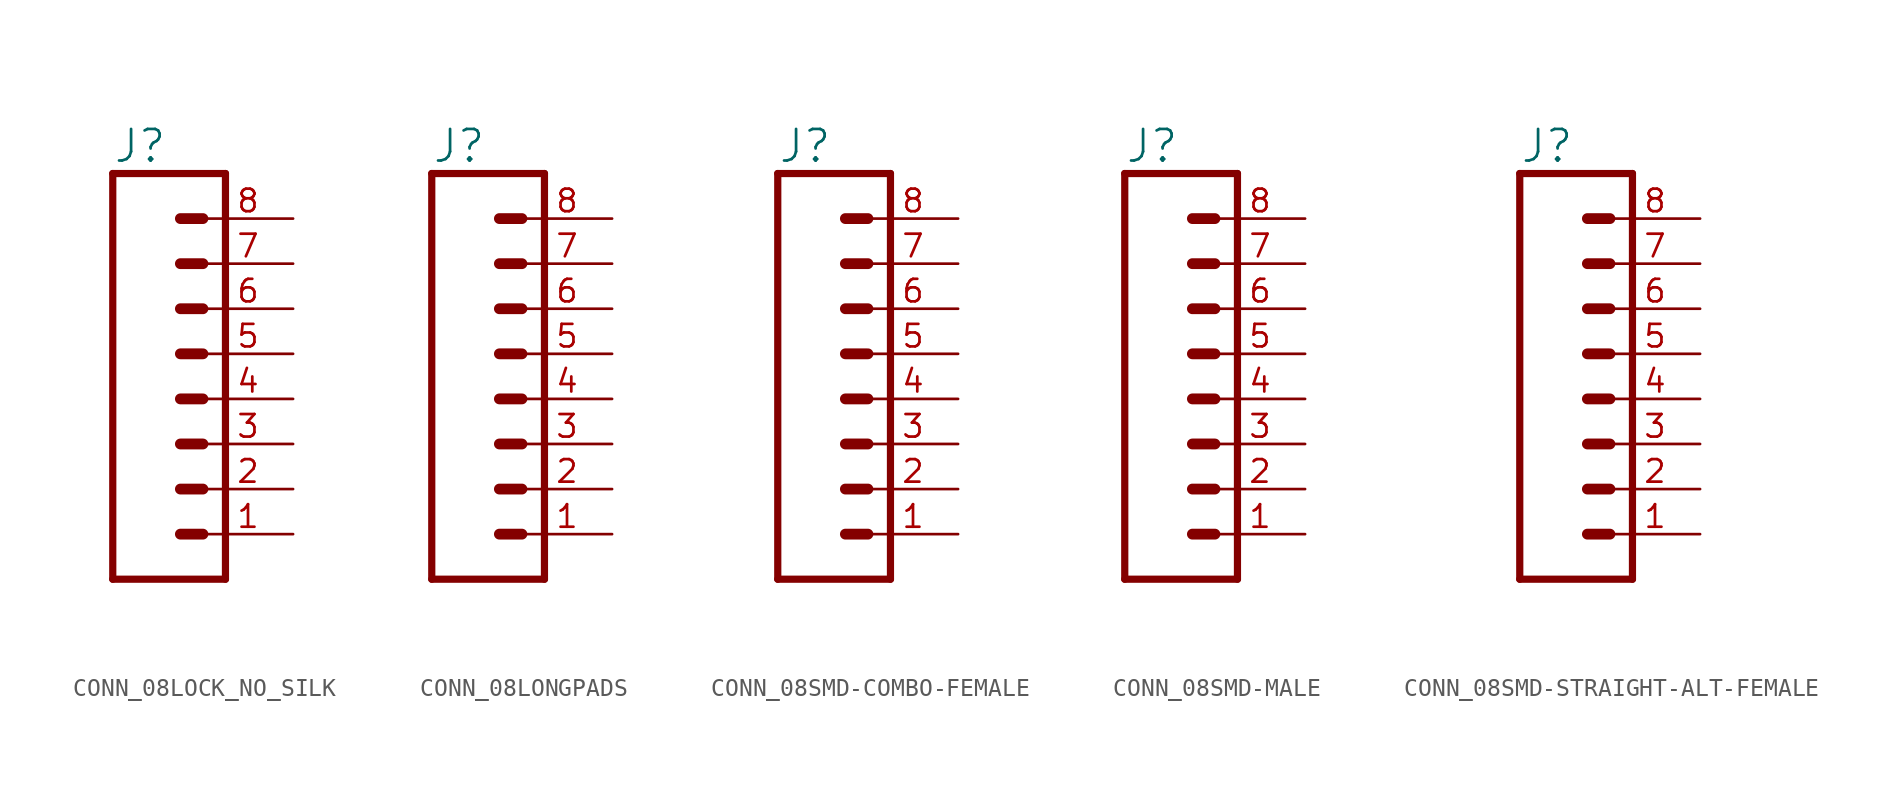
<source format=kicad_sym>
(kicad_symbol_lib
  (version 20220914)
  (generator kicad_symbol_editor)
  (symbol "CONN_08LOCK_NO_SILK"
    (property "Reference" "J"
      (at -5.08 13.208 0)
      (effects (font (size 1.778 1.778)) (justify left bottom)))
    (property "Value" ""
      (at -5.08 -12.446 0)
      (effects (font (size 1.778 1.778)) (justify left bottom)))
    (property "ki_locked" ""
      (at 0 0 0)
      (effects (font (size 1.27 1.27))))
    (symbol "CONN_08LOCK_NO_SILK_1_0"
      (polyline (pts (xy -5.08 12.7) (xy -5.08 -10.16)) (stroke (width 0.406) (type solid)) (fill (type none)))
      (polyline (pts (xy -5.08 12.7) (xy 1.27 12.7)) (stroke (width 0.406) (type solid)) (fill (type none)))
      (polyline (pts (xy -1.27 -7.62) (xy 0 -7.62)) (stroke (width 0.61) (type solid)) (fill (type none)))
      (polyline (pts (xy -1.27 -5.08) (xy 0 -5.08)) (stroke (width 0.61) (type solid)) (fill (type none)))
      (polyline (pts (xy -1.27 -2.54) (xy 0 -2.54)) (stroke (width 0.61) (type solid)) (fill (type none)))
      (polyline (pts (xy -1.27 0) (xy 0 0)) (stroke (width 0.61) (type solid)) (fill (type none)))
      (polyline (pts (xy -1.27 2.54) (xy 0 2.54)) (stroke (width 0.61) (type solid)) (fill (type none)))
      (polyline (pts (xy -1.27 5.08) (xy 0 5.08)) (stroke (width 0.61) (type solid)) (fill (type none)))
      (polyline (pts (xy -1.27 7.62) (xy 0 7.62)) (stroke (width 0.61) (type solid)) (fill (type none)))
      (polyline (pts (xy -1.27 10.16) (xy 0 10.16)) (stroke (width 0.61) (type solid)) (fill (type none)))
      (polyline (pts (xy 1.27 -10.16) (xy -5.08 -10.16)) (stroke (width 0.406) (type solid)) (fill (type none)))
      (polyline (pts (xy 1.27 -10.16) (xy 1.27 12.7)) (stroke (width 0.406) (type solid)) (fill (type none)))
      (pin passive line (at 5.08 -7.62 180) (length 5.08) (name "1" (effects (font (size 0 0)))) (number "1" (effects (font (size 1.27 1.27)))))
      (pin passive line (at 5.08 -5.08 180) (length 5.08) (name "2" (effects (font (size 0 0)))) (number "2" (effects (font (size 1.27 1.27)))))
      (pin passive line (at 5.08 -2.54 180) (length 5.08) (name "3" (effects (font (size 0 0)))) (number "3" (effects (font (size 1.27 1.27)))))
      (pin passive line (at 5.08 0 180) (length 5.08) (name "4" (effects (font (size 0 0)))) (number "4" (effects (font (size 1.27 1.27)))))
      (pin passive line (at 5.08 2.54 180) (length 5.08) (name "5" (effects (font (size 0 0)))) (number "5" (effects (font (size 1.27 1.27)))))
      (pin passive line (at 5.08 5.08 180) (length 5.08) (name "6" (effects (font (size 0 0)))) (number "6" (effects (font (size 1.27 1.27)))))
      (pin passive line (at 5.08 7.62 180) (length 5.08) (name "7" (effects (font (size 0 0)))) (number "7" (effects (font (size 1.27 1.27)))))
      (pin passive line (at 5.08 10.16 180) (length 5.08) (name "8" (effects (font (size 0 0)))) (number "8" (effects (font (size 1.27 1.27)))))))
  (symbol "CONN_08LONGPADS"
    (property "Reference" "J"
      (at -5.08 13.208 0)
      (effects (font (size 1.778 1.778)) (justify left bottom)))
    (property "Value" ""
      (at -5.08 -12.446 0)
      (effects (font (size 1.778 1.778)) (justify left bottom)))
    (property "ki_locked" ""
      (at 0 0 0)
      (effects (font (size 1.27 1.27))))
    (symbol "CONN_08LONGPADS_1_0"
      (polyline (pts (xy -5.08 12.7) (xy -5.08 -10.16)) (stroke (width 0.406) (type solid)) (fill (type none)))
      (polyline (pts (xy -5.08 12.7) (xy 1.27 12.7)) (stroke (width 0.406) (type solid)) (fill (type none)))
      (polyline (pts (xy -1.27 -7.62) (xy 0 -7.62)) (stroke (width 0.61) (type solid)) (fill (type none)))
      (polyline (pts (xy -1.27 -5.08) (xy 0 -5.08)) (stroke (width 0.61) (type solid)) (fill (type none)))
      (polyline (pts (xy -1.27 -2.54) (xy 0 -2.54)) (stroke (width 0.61) (type solid)) (fill (type none)))
      (polyline (pts (xy -1.27 0) (xy 0 0)) (stroke (width 0.61) (type solid)) (fill (type none)))
      (polyline (pts (xy -1.27 2.54) (xy 0 2.54)) (stroke (width 0.61) (type solid)) (fill (type none)))
      (polyline (pts (xy -1.27 5.08) (xy 0 5.08)) (stroke (width 0.61) (type solid)) (fill (type none)))
      (polyline (pts (xy -1.27 7.62) (xy 0 7.62)) (stroke (width 0.61) (type solid)) (fill (type none)))
      (polyline (pts (xy -1.27 10.16) (xy 0 10.16)) (stroke (width 0.61) (type solid)) (fill (type none)))
      (polyline (pts (xy 1.27 -10.16) (xy -5.08 -10.16)) (stroke (width 0.406) (type solid)) (fill (type none)))
      (polyline (pts (xy 1.27 -10.16) (xy 1.27 12.7)) (stroke (width 0.406) (type solid)) (fill (type none)))
      (pin passive line (at 5.08 -7.62 180) (length 5.08) (name "1" (effects (font (size 0 0)))) (number "1" (effects (font (size 1.27 1.27)))))
      (pin passive line (at 5.08 -5.08 180) (length 5.08) (name "2" (effects (font (size 0 0)))) (number "2" (effects (font (size 1.27 1.27)))))
      (pin passive line (at 5.08 -2.54 180) (length 5.08) (name "3" (effects (font (size 0 0)))) (number "3" (effects (font (size 1.27 1.27)))))
      (pin passive line (at 5.08 0 180) (length 5.08) (name "4" (effects (font (size 0 0)))) (number "4" (effects (font (size 1.27 1.27)))))
      (pin passive line (at 5.08 2.54 180) (length 5.08) (name "5" (effects (font (size 0 0)))) (number "5" (effects (font (size 1.27 1.27)))))
      (pin passive line (at 5.08 5.08 180) (length 5.08) (name "6" (effects (font (size 0 0)))) (number "6" (effects (font (size 1.27 1.27)))))
      (pin passive line (at 5.08 7.62 180) (length 5.08) (name "7" (effects (font (size 0 0)))) (number "7" (effects (font (size 1.27 1.27)))))
      (pin passive line (at 5.08 10.16 180) (length 5.08) (name "8" (effects (font (size 0 0)))) (number "8" (effects (font (size 1.27 1.27)))))))
  (symbol "CONN_08SMD-COMBO-FEMALE"
    (property "Reference" "J"
      (at -5.08 13.208 0)
      (effects (font (size 1.778 1.778)) (justify left bottom)))
    (property "Value" ""
      (at -5.08 -12.446 0)
      (effects (font (size 1.778 1.778)) (justify left bottom)))
    (property "ki_locked" ""
      (at 0 0 0)
      (effects (font (size 1.27 1.27))))
    (symbol "CONN_08SMD-COMBO-FEMALE_1_0"
      (polyline (pts (xy -5.08 12.7) (xy -5.08 -10.16)) (stroke (width 0.406) (type solid)) (fill (type none)))
      (polyline (pts (xy -5.08 12.7) (xy 1.27 12.7)) (stroke (width 0.406) (type solid)) (fill (type none)))
      (polyline (pts (xy -1.27 -7.62) (xy 0 -7.62)) (stroke (width 0.61) (type solid)) (fill (type none)))
      (polyline (pts (xy -1.27 -5.08) (xy 0 -5.08)) (stroke (width 0.61) (type solid)) (fill (type none)))
      (polyline (pts (xy -1.27 -2.54) (xy 0 -2.54)) (stroke (width 0.61) (type solid)) (fill (type none)))
      (polyline (pts (xy -1.27 0) (xy 0 0)) (stroke (width 0.61) (type solid)) (fill (type none)))
      (polyline (pts (xy -1.27 2.54) (xy 0 2.54)) (stroke (width 0.61) (type solid)) (fill (type none)))
      (polyline (pts (xy -1.27 5.08) (xy 0 5.08)) (stroke (width 0.61) (type solid)) (fill (type none)))
      (polyline (pts (xy -1.27 7.62) (xy 0 7.62)) (stroke (width 0.61) (type solid)) (fill (type none)))
      (polyline (pts (xy -1.27 10.16) (xy 0 10.16)) (stroke (width 0.61) (type solid)) (fill (type none)))
      (polyline (pts (xy 1.27 -10.16) (xy -5.08 -10.16)) (stroke (width 0.406) (type solid)) (fill (type none)))
      (polyline (pts (xy 1.27 -10.16) (xy 1.27 12.7)) (stroke (width 0.406) (type solid)) (fill (type none)))
      (pin passive line (at 5.08 -7.62 180) (length 5.08) (name "1" (effects (font (size 0 0)))) (number "1" (effects (font (size 1.27 1.27)))))
      (pin passive line (at 5.08 -5.08 180) (length 5.08) (name "2" (effects (font (size 0 0)))) (number "2" (effects (font (size 1.27 1.27)))))
      (pin passive line (at 5.08 -2.54 180) (length 5.08) (name "3" (effects (font (size 0 0)))) (number "3" (effects (font (size 1.27 1.27)))))
      (pin passive line (at 5.08 0 180) (length 5.08) (name "4" (effects (font (size 0 0)))) (number "4" (effects (font (size 1.27 1.27)))))
      (pin passive line (at 5.08 2.54 180) (length 5.08) (name "5" (effects (font (size 0 0)))) (number "5" (effects (font (size 1.27 1.27)))))
      (pin passive line (at 5.08 5.08 180) (length 5.08) (name "6" (effects (font (size 0 0)))) (number "6" (effects (font (size 1.27 1.27)))))
      (pin passive line (at 5.08 7.62 180) (length 5.08) (name "7" (effects (font (size 0 0)))) (number "7" (effects (font (size 1.27 1.27)))))
      (pin passive line (at 5.08 10.16 180) (length 5.08) (name "8" (effects (font (size 0 0)))) (number "8" (effects (font (size 1.27 1.27)))))))
  (symbol "CONN_08SMD-MALE"
    (property "Reference" "J"
      (at -5.08 13.208 0)
      (effects (font (size 1.778 1.778)) (justify left bottom)))
    (property "Value" ""
      (at -5.08 -12.446 0)
      (effects (font (size 1.778 1.778)) (justify left bottom)))
    (property "ki_locked" ""
      (at 0 0 0)
      (effects (font (size 1.27 1.27))))
    (symbol "CONN_08SMD-MALE_1_0"
      (polyline (pts (xy -5.08 12.7) (xy -5.08 -10.16)) (stroke (width 0.406) (type solid)) (fill (type none)))
      (polyline (pts (xy -5.08 12.7) (xy 1.27 12.7)) (stroke (width 0.406) (type solid)) (fill (type none)))
      (polyline (pts (xy -1.27 -7.62) (xy 0 -7.62)) (stroke (width 0.61) (type solid)) (fill (type none)))
      (polyline (pts (xy -1.27 -5.08) (xy 0 -5.08)) (stroke (width 0.61) (type solid)) (fill (type none)))
      (polyline (pts (xy -1.27 -2.54) (xy 0 -2.54)) (stroke (width 0.61) (type solid)) (fill (type none)))
      (polyline (pts (xy -1.27 0) (xy 0 0)) (stroke (width 0.61) (type solid)) (fill (type none)))
      (polyline (pts (xy -1.27 2.54) (xy 0 2.54)) (stroke (width 0.61) (type solid)) (fill (type none)))
      (polyline (pts (xy -1.27 5.08) (xy 0 5.08)) (stroke (width 0.61) (type solid)) (fill (type none)))
      (polyline (pts (xy -1.27 7.62) (xy 0 7.62)) (stroke (width 0.61) (type solid)) (fill (type none)))
      (polyline (pts (xy -1.27 10.16) (xy 0 10.16)) (stroke (width 0.61) (type solid)) (fill (type none)))
      (polyline (pts (xy 1.27 -10.16) (xy -5.08 -10.16)) (stroke (width 0.406) (type solid)) (fill (type none)))
      (polyline (pts (xy 1.27 -10.16) (xy 1.27 12.7)) (stroke (width 0.406) (type solid)) (fill (type none)))
      (pin passive line (at 5.08 -7.62 180) (length 5.08) (name "1" (effects (font (size 0 0)))) (number "1" (effects (font (size 1.27 1.27)))))
      (pin passive line (at 5.08 -5.08 180) (length 5.08) (name "2" (effects (font (size 0 0)))) (number "2" (effects (font (size 1.27 1.27)))))
      (pin passive line (at 5.08 -2.54 180) (length 5.08) (name "3" (effects (font (size 0 0)))) (number "3" (effects (font (size 1.27 1.27)))))
      (pin passive line (at 5.08 0 180) (length 5.08) (name "4" (effects (font (size 0 0)))) (number "4" (effects (font (size 1.27 1.27)))))
      (pin passive line (at 5.08 2.54 180) (length 5.08) (name "5" (effects (font (size 0 0)))) (number "5" (effects (font (size 1.27 1.27)))))
      (pin passive line (at 5.08 5.08 180) (length 5.08) (name "6" (effects (font (size 0 0)))) (number "6" (effects (font (size 1.27 1.27)))))
      (pin passive line (at 5.08 7.62 180) (length 5.08) (name "7" (effects (font (size 0 0)))) (number "7" (effects (font (size 1.27 1.27)))))
      (pin passive line (at 5.08 10.16 180) (length 5.08) (name "8" (effects (font (size 0 0)))) (number "8" (effects (font (size 1.27 1.27)))))))
  (symbol "CONN_08SMD-STRAIGHT-ALT-FEMALE"
    (property "Reference" "J"
      (at -5.08 13.208 0)
      (effects (font (size 1.778 1.778)) (justify left bottom)))
    (property "Value" ""
      (at -5.08 -12.446 0)
      (effects (font (size 1.778 1.778)) (justify left bottom)))
    (property "ki_locked" ""
      (at 0 0 0)
      (effects (font (size 1.27 1.27))))
    (symbol "CONN_08SMD-STRAIGHT-ALT-FEMALE_1_0"
      (polyline (pts (xy -5.08 12.7) (xy -5.08 -10.16)) (stroke (width 0.406) (type solid)) (fill (type none)))
      (polyline (pts (xy -5.08 12.7) (xy 1.27 12.7)) (stroke (width 0.406) (type solid)) (fill (type none)))
      (polyline (pts (xy -1.27 -7.62) (xy 0 -7.62)) (stroke (width 0.61) (type solid)) (fill (type none)))
      (polyline (pts (xy -1.27 -5.08) (xy 0 -5.08)) (stroke (width 0.61) (type solid)) (fill (type none)))
      (polyline (pts (xy -1.27 -2.54) (xy 0 -2.54)) (stroke (width 0.61) (type solid)) (fill (type none)))
      (polyline (pts (xy -1.27 0) (xy 0 0)) (stroke (width 0.61) (type solid)) (fill (type none)))
      (polyline (pts (xy -1.27 2.54) (xy 0 2.54)) (stroke (width 0.61) (type solid)) (fill (type none)))
      (polyline (pts (xy -1.27 5.08) (xy 0 5.08)) (stroke (width 0.61) (type solid)) (fill (type none)))
      (polyline (pts (xy -1.27 7.62) (xy 0 7.62)) (stroke (width 0.61) (type solid)) (fill (type none)))
      (polyline (pts (xy -1.27 10.16) (xy 0 10.16)) (stroke (width 0.61) (type solid)) (fill (type none)))
      (polyline (pts (xy 1.27 -10.16) (xy -5.08 -10.16)) (stroke (width 0.406) (type solid)) (fill (type none)))
      (polyline (pts (xy 1.27 -10.16) (xy 1.27 12.7)) (stroke (width 0.406) (type solid)) (fill (type none)))
      (pin passive line (at 5.08 -7.62 180) (length 5.08) (name "1" (effects (font (size 0 0)))) (number "1" (effects (font (size 1.27 1.27)))))
      (pin passive line (at 5.08 -5.08 180) (length 5.08) (name "2" (effects (font (size 0 0)))) (number "2" (effects (font (size 1.27 1.27)))))
      (pin passive line (at 5.08 -2.54 180) (length 5.08) (name "3" (effects (font (size 0 0)))) (number "3" (effects (font (size 1.27 1.27)))))
      (pin passive line (at 5.08 0 180) (length 5.08) (name "4" (effects (font (size 0 0)))) (number "4" (effects (font (size 1.27 1.27)))))
      (pin passive line (at 5.08 2.54 180) (length 5.08) (name "5" (effects (font (size 0 0)))) (number "5" (effects (font (size 1.27 1.27)))))
      (pin passive line (at 5.08 5.08 180) (length 5.08) (name "6" (effects (font (size 0 0)))) (number "6" (effects (font (size 1.27 1.27)))))
      (pin passive line (at 5.08 7.62 180) (length 5.08) (name "7" (effects (font (size 0 0)))) (number "7" (effects (font (size 1.27 1.27)))))
      (pin passive line (at 5.08 10.16 180) (length 5.08) (name "8" (effects (font (size 0 0)))) (number "8" (effects (font (size 1.27 1.27))))))))
</source>
